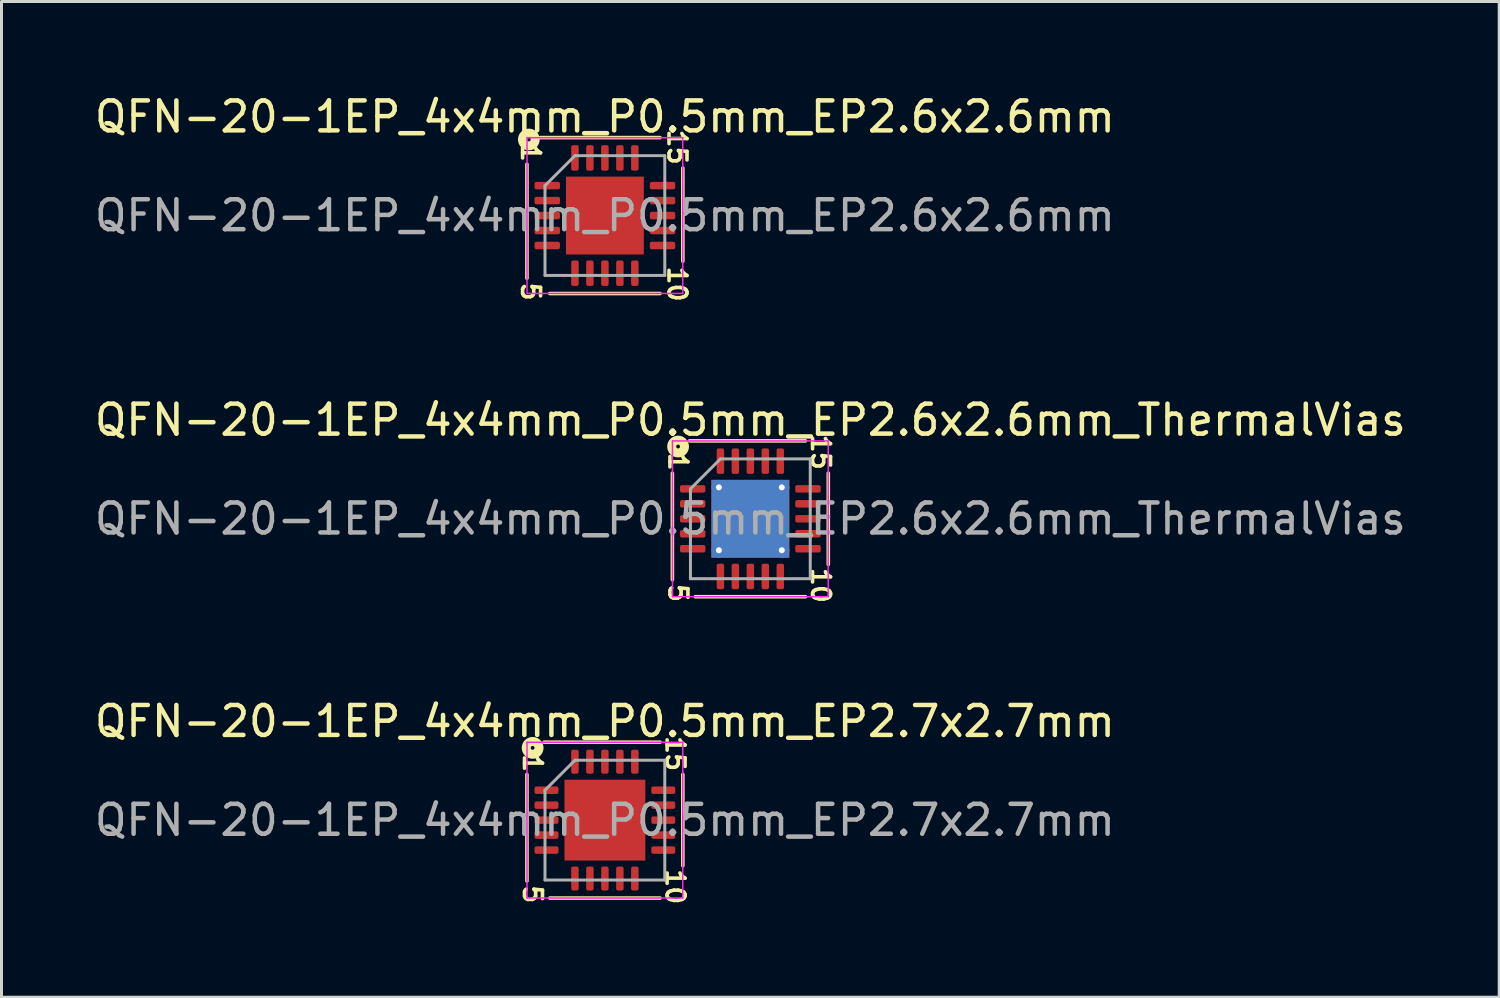
<source format=kicad_pcb>
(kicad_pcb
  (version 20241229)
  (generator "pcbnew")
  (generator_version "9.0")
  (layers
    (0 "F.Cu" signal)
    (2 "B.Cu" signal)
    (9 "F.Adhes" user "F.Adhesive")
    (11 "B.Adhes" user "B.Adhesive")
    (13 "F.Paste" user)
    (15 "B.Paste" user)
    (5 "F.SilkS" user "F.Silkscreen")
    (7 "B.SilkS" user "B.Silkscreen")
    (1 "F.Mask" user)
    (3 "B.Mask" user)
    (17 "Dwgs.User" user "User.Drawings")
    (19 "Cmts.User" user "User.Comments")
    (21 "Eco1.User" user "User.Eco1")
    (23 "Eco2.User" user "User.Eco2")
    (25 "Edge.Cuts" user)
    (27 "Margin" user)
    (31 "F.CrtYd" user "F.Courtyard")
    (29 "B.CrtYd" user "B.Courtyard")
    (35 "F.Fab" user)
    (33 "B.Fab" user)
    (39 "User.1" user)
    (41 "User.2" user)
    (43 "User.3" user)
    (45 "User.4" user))
  (footprint "QFN-20-1EP_4x4mm_P0.5mm_EP2.6x2.6mm"
    (layer "F.Cu")
    (at 17.149 4.148)
    (property "Reference" "QFN-20-1EP_4x4mm_P0.5mm_EP2.6x2.6mm" (at 0 -3.3 0) (layer "F.SilkS") (effects (font (size 1 1) (thickness 0.15))))
    (attr smd)
    (fp_line (start -2.603 -1.714) (end -2.603 2.095) (stroke (width 0.12) (type solid)) (layer "F.SilkS"))
    (fp_line (start -1.841 2.603) (end 1.841 2.603) (stroke (width 0.12) (type solid)) (layer "F.SilkS"))
    (fp_line (start 1.841 -2.603) (end -2.159 -2.603) (stroke (width 0.12) (type solid)) (layer "F.SilkS"))
    (fp_line (start 2.603 1.524) (end 2.603 -1.587) (stroke (width 0.12) (type solid)) (layer "F.SilkS"))
    (fp_circle (center -2.54 -2.54) (end -2.477 -2.54) (stroke (width 0.3) (type solid)) (fill no) (layer "F.SilkS"))
    (fp_line (start -2.6 -2.6) (end -2.6 2.6) (stroke (width 0.05) (type solid)) (layer "F.CrtYd"))
    (fp_line (start -2.6 2.6) (end 2.6 2.6) (stroke (width 0.05) (type solid)) (layer "F.CrtYd"))
    (fp_line (start 2.6 -2.6) (end -2.6 -2.6) (stroke (width 0.05) (type solid)) (layer "F.CrtYd"))
    (fp_line (start 2.6 2.6) (end 2.6 -2.6) (stroke (width 0.05) (type solid)) (layer "F.CrtYd"))
    (fp_line (start -2 -1) (end -1 -2) (stroke (width 0.1) (type solid)) (layer "F.Fab"))
    (fp_line (start -2 2) (end -2 -1) (stroke (width 0.1) (type solid)) (layer "F.Fab"))
    (fp_line (start -1 -2) (end 2 -2) (stroke (width 0.1) (type solid)) (layer "F.Fab"))
    (fp_line (start 2 -2) (end 2 2) (stroke (width 0.1) (type solid)) (layer "F.Fab"))
    (fp_line (start 2 2) (end -2 2) (stroke (width 0.1) (type solid)) (layer "F.Fab"))
    (fp_text user "1" (at -2.477 -2.095 270) (unlocked yes) (layer "F.SilkS") (effects (font (size 0.6 0.6) (thickness 0.12))))
    (fp_text user "15" (at 2.413 -2.286 270) (unlocked yes) (layer "F.SilkS") (effects (font (size 0.6 0.6) (thickness 0.12))))
    (fp_text user "5" (at -2.477 2.54 270) (unlocked yes) (layer "F.SilkS") (effects (font (size 0.6 0.6) (thickness 0.12))))
    (fp_text user "10" (at 2.413 2.286 270) (unlocked yes) (layer "F.SilkS") (effects (font (size 0.6 0.6) (thickness 0.12))))
    (fp_text user "${REFERENCE}" (at 0 0 0) (layer "F.Fab") (effects (font (size 1 1) (thickness 0.15))))
    (pad "" smd roundrect (at -0.65 -0.65) (size 1.05 1.05) (layers "F.Paste") (roundrect_rratio 0.238))
    (pad "" smd roundrect (at -0.65 0.65) (size 1.05 1.05) (layers "F.Paste") (roundrect_rratio 0.238))
    (pad "" smd roundrect (at 0.65 -0.65) (size 1.05 1.05) (layers "F.Paste") (roundrect_rratio 0.238))
    (pad "" smd roundrect (at 0.65 0.65) (size 1.05 1.05) (layers "F.Paste") (roundrect_rratio 0.238))
    (pad "1" smd roundrect (at -1.925 -1) (size 0.85 0.25) (layers "F.Cu" "F.Mask" "F.Paste") (roundrect_rratio 0.25))
    (pad "2" smd roundrect (at -1.925 -0.5) (size 0.85 0.25) (layers "F.Cu" "F.Mask" "F.Paste") (roundrect_rratio 0.25))
    (pad "3" smd roundrect (at -1.925 0) (size 0.85 0.25) (layers "F.Cu" "F.Mask" "F.Paste") (roundrect_rratio 0.25))
    (pad "4" smd roundrect (at -1.925 0.5) (size 0.85 0.25) (layers "F.Cu" "F.Mask" "F.Paste") (roundrect_rratio 0.25))
    (pad "5" smd roundrect (at -1.925 1) (size 0.85 0.25) (layers "F.Cu" "F.Mask" "F.Paste") (roundrect_rratio 0.25))
    (pad "6" smd roundrect (at -1 1.925) (size 0.25 0.85) (layers "F.Cu" "F.Mask" "F.Paste") (roundrect_rratio 0.25))
    (pad "7" smd roundrect (at -0.5 1.925) (size 0.25 0.85) (layers "F.Cu" "F.Mask" "F.Paste") (roundrect_rratio 0.25))
    (pad "8" smd roundrect (at 0 1.925) (size 0.25 0.85) (layers "F.Cu" "F.Mask" "F.Paste") (roundrect_rratio 0.25))
    (pad "9" smd roundrect (at 0.5 1.925) (size 0.25 0.85) (layers "F.Cu" "F.Mask" "F.Paste") (roundrect_rratio 0.25))
    (pad "10" smd roundrect (at 1 1.925) (size 0.25 0.85) (layers "F.Cu" "F.Mask" "F.Paste") (roundrect_rratio 0.25))
    (pad "11" smd roundrect (at 1.925 1) (size 0.85 0.25) (layers "F.Cu" "F.Mask" "F.Paste") (roundrect_rratio 0.25))
    (pad "12" smd roundrect (at 1.925 0.5) (size 0.85 0.25) (layers "F.Cu" "F.Mask" "F.Paste") (roundrect_rratio 0.25))
    (pad "13" smd roundrect (at 1.925 0) (size 0.85 0.25) (layers "F.Cu" "F.Mask" "F.Paste") (roundrect_rratio 0.25))
    (pad "14" smd roundrect (at 1.925 -0.5) (size 0.85 0.25) (layers "F.Cu" "F.Mask" "F.Paste") (roundrect_rratio 0.25))
    (pad "15" smd roundrect (at 1.925 -1) (size 0.85 0.25) (layers "F.Cu" "F.Mask" "F.Paste") (roundrect_rratio 0.25))
    (pad "16" smd roundrect (at 1 -1.925) (size 0.25 0.85) (layers "F.Cu" "F.Mask" "F.Paste") (roundrect_rratio 0.25))
    (pad "17" smd roundrect (at 0.5 -1.925) (size 0.25 0.85) (layers "F.Cu" "F.Mask" "F.Paste") (roundrect_rratio 0.25))
    (pad "18" smd roundrect (at 0 -1.925) (size 0.25 0.85) (layers "F.Cu" "F.Mask" "F.Paste") (roundrect_rratio 0.25))
    (pad "19" smd roundrect (at -0.5 -1.925) (size 0.25 0.85) (layers "F.Cu" "F.Mask" "F.Paste") (roundrect_rratio 0.25))
    (pad "20" smd roundrect (at -1 -1.925) (size 0.25 0.85) (layers "F.Cu" "F.Mask" "F.Paste") (roundrect_rratio 0.25))
    (pad "21" smd rect (at 0 0) (size 2.6 2.6) (layers "F.Cu" "F.Mask")))
  (footprint "QFN-20-1EP_4x4mm_P0.5mm_EP2.6x2.6mm_ThermalVias"
    (layer "F.Cu")
    (at 22.006 14.274)
    (property "Reference" "QFN-20-1EP_4x4mm_P0.5mm_EP2.6x2.6mm_ThermalVias" (at 0 -3.3 0) (layer "F.SilkS") (effects (font (size 1 1) (thickness 0.15))))
    (attr smd)
    (fp_line (start -2.603 -1.524) (end -2.603 2.032) (stroke (width 0.12) (type solid)) (layer "F.SilkS"))
    (fp_line (start -1.841 2.603) (end 1.841 2.603) (stroke (width 0.12) (type solid)) (layer "F.SilkS"))
    (fp_line (start 1.841 -2.603) (end -2.032 -2.603) (stroke (width 0.12) (type solid)) (layer "F.SilkS"))
    (fp_line (start 2.603 1.524) (end 2.603 -1.524) (stroke (width 0.12) (type solid)) (layer "F.SilkS"))
    (fp_circle (center -2.413 -2.413) (end -2.349 -2.413) (stroke (width 0.3) (type solid)) (fill no) (layer "F.SilkS"))
    (fp_line (start -2.6 -2.6) (end -2.6 2.6) (stroke (width 0.05) (type solid)) (layer "F.CrtYd"))
    (fp_line (start -2.6 2.6) (end 2.6 2.6) (stroke (width 0.05) (type solid)) (layer "F.CrtYd"))
    (fp_line (start 2.6 -2.6) (end -2.6 -2.6) (stroke (width 0.05) (type solid)) (layer "F.CrtYd"))
    (fp_line (start 2.6 2.6) (end 2.6 -2.6) (stroke (width 0.05) (type solid)) (layer "F.CrtYd"))
    (fp_line (start -2 -1) (end -1 -2) (stroke (width 0.1) (type solid)) (layer "F.Fab"))
    (fp_line (start -2 2) (end -2 -1) (stroke (width 0.1) (type solid)) (layer "F.Fab"))
    (fp_line (start -1 -2) (end 2 -2) (stroke (width 0.1) (type solid)) (layer "F.Fab"))
    (fp_line (start 2 -2) (end 2 2) (stroke (width 0.1) (type solid)) (layer "F.Fab"))
    (fp_line (start 2 2) (end -2 2) (stroke (width 0.1) (type solid)) (layer "F.Fab"))
    (fp_text user "15" (at 2.349 -2.223 270) (unlocked yes) (layer "F.SilkS") (effects (font (size 0.6 0.6) (thickness 0.12))))
    (fp_text user "1" (at -2.413 -1.905 270) (unlocked yes) (layer "F.SilkS") (effects (font (size 0.6 0.6) (thickness 0.12))))
    (fp_text user "10" (at 2.349 2.223 270) (unlocked yes) (layer "F.SilkS") (effects (font (size 0.6 0.6) (thickness 0.12))))
    (fp_text user "5" (at -2.413 2.477 270) (unlocked yes) (layer "F.SilkS") (effects (font (size 0.6 0.6) (thickness 0.12))))
    (fp_text user "${REFERENCE}" (at 0 0 0) (layer "F.Fab") (effects (font (size 1 1) (thickness 0.15))))
    (pad "" smd roundrect (at -0.65 -0.65) (size 1.13 1.13) (layers "F.Paste") (roundrect_rratio 0.221))
    (pad "" smd roundrect (at -0.65 0.65) (size 1.13 1.13) (layers "F.Paste") (roundrect_rratio 0.221))
    (pad "" smd roundrect (at 0.65 -0.65) (size 1.13 1.13) (layers "F.Paste") (roundrect_rratio 0.221))
    (pad "" smd roundrect (at 0.65 0.65) (size 1.13 1.13) (layers "F.Paste") (roundrect_rratio 0.221))
    (pad "1" smd roundrect (at -1.925 -1) (size 0.85 0.25) (layers "F.Cu" "F.Mask" "F.Paste") (roundrect_rratio 0.25))
    (pad "2" smd roundrect (at -1.925 -0.5) (size 0.85 0.25) (layers "F.Cu" "F.Mask" "F.Paste") (roundrect_rratio 0.25))
    (pad "3" smd roundrect (at -1.925 0) (size 0.85 0.25) (layers "F.Cu" "F.Mask" "F.Paste") (roundrect_rratio 0.25))
    (pad "4" smd roundrect (at -1.925 0.5) (size 0.85 0.25) (layers "F.Cu" "F.Mask" "F.Paste") (roundrect_rratio 0.25))
    (pad "5" smd roundrect (at -1.925 1) (size 0.85 0.25) (layers "F.Cu" "F.Mask" "F.Paste") (roundrect_rratio 0.25))
    (pad "6" smd roundrect (at -1 1.925) (size 0.25 0.85) (layers "F.Cu" "F.Mask" "F.Paste") (roundrect_rratio 0.25))
    (pad "7" smd roundrect (at -0.5 1.925) (size 0.25 0.85) (layers "F.Cu" "F.Mask" "F.Paste") (roundrect_rratio 0.25))
    (pad "8" smd roundrect (at 0 1.925) (size 0.25 0.85) (layers "F.Cu" "F.Mask" "F.Paste") (roundrect_rratio 0.25))
    (pad "9" smd roundrect (at 0.5 1.925) (size 0.25 0.85) (layers "F.Cu" "F.Mask" "F.Paste") (roundrect_rratio 0.25))
    (pad "10" smd roundrect (at 1 1.925) (size 0.25 0.85) (layers "F.Cu" "F.Mask" "F.Paste") (roundrect_rratio 0.25))
    (pad "11" smd roundrect (at 1.925 1) (size 0.85 0.25) (layers "F.Cu" "F.Mask" "F.Paste") (roundrect_rratio 0.25))
    (pad "12" smd roundrect (at 1.925 0.5) (size 0.85 0.25) (layers "F.Cu" "F.Mask" "F.Paste") (roundrect_rratio 0.25))
    (pad "13" smd roundrect (at 1.925 0) (size 0.85 0.25) (layers "F.Cu" "F.Mask" "F.Paste") (roundrect_rratio 0.25))
    (pad "14" smd roundrect (at 1.925 -0.5) (size 0.85 0.25) (layers "F.Cu" "F.Mask" "F.Paste") (roundrect_rratio 0.25))
    (pad "15" smd roundrect (at 1.925 -1) (size 0.85 0.25) (layers "F.Cu" "F.Mask" "F.Paste") (roundrect_rratio 0.25))
    (pad "16" smd roundrect (at 1 -1.925) (size 0.25 0.85) (layers "F.Cu" "F.Mask" "F.Paste") (roundrect_rratio 0.25))
    (pad "17" smd roundrect (at 0.5 -1.925) (size 0.25 0.85) (layers "F.Cu" "F.Mask" "F.Paste") (roundrect_rratio 0.25))
    (pad "18" smd roundrect (at 0 -1.925) (size 0.25 0.85) (layers "F.Cu" "F.Mask" "F.Paste") (roundrect_rratio 0.25))
    (pad "19" smd roundrect (at -0.5 -1.925) (size 0.25 0.85) (layers "F.Cu" "F.Mask" "F.Paste") (roundrect_rratio 0.25))
    (pad "20" smd roundrect (at -1 -1.925) (size 0.25 0.85) (layers "F.Cu" "F.Mask" "F.Paste") (roundrect_rratio 0.25))
    (pad "21" thru_hole circle (at -1.05 -1.05) (size 0.5 0.5) (drill 0.2) (layers "*.Cu"))
    (pad "21" thru_hole circle (at -1.05 1.05) (size 0.5 0.5) (drill 0.2) (layers "*.Cu"))
    (pad "21" smd rect (at 0 0) (size 2.6 2.6) (layers "F.Cu" "F.Mask"))
    (pad "21" smd rect (at 0 0) (size 2.6 2.6) (layers "B.Cu" "B.Mask"))
    (pad "21" thru_hole circle (at 1.05 -1.05) (size 0.5 0.5) (drill 0.2) (layers "*.Cu"))
    (pad "21" thru_hole circle (at 1.05 1.05) (size 0.5 0.5) (drill 0.2) (layers "*.Cu")))
  (footprint "QFN-20-1EP_4x4mm_P0.5mm_EP2.7x2.7mm"
    (layer "F.Cu")
    (at 17.149 24.336)
    (property "Reference" "QFN-20-1EP_4x4mm_P0.5mm_EP2.7x2.7mm" (at 0 -3.3 0) (layer "F.SilkS") (effects (font (size 1 1) (thickness 0.15))))
    (attr smd)
    (fp_line (start -2.603 -1.524) (end -2.603 2.032) (stroke (width 0.12) (type solid)) (layer "F.SilkS"))
    (fp_line (start -1.841 2.603) (end 1.841 2.603) (stroke (width 0.12) (type solid)) (layer "F.SilkS"))
    (fp_line (start 1.841 -2.603) (end -2.032 -2.603) (stroke (width 0.12) (type solid)) (layer "F.SilkS"))
    (fp_line (start 2.603 1.524) (end 2.603 -1.524) (stroke (width 0.12) (type solid)) (layer "F.SilkS"))
    (fp_circle (center -2.413 -2.413) (end -2.349 -2.413) (stroke (width 0.3) (type solid)) (fill no) (layer "F.SilkS"))
    (fp_line (start -2.6 -2.6) (end -2.6 2.6) (stroke (width 0.05) (type solid)) (layer "F.CrtYd"))
    (fp_line (start -2.6 2.6) (end 2.6 2.6) (stroke (width 0.05) (type solid)) (layer "F.CrtYd"))
    (fp_line (start 2.6 -2.6) (end -2.6 -2.6) (stroke (width 0.05) (type solid)) (layer "F.CrtYd"))
    (fp_line (start 2.6 2.6) (end 2.6 -2.6) (stroke (width 0.05) (type solid)) (layer "F.CrtYd"))
    (fp_line (start -2 -1) (end -1 -2) (stroke (width 0.1) (type solid)) (layer "F.Fab"))
    (fp_line (start -2 2) (end -2 -1) (stroke (width 0.1) (type solid)) (layer "F.Fab"))
    (fp_line (start -1 -2) (end 2 -2) (stroke (width 0.1) (type solid)) (layer "F.Fab"))
    (fp_line (start 2 -2) (end 2 2) (stroke (width 0.1) (type solid)) (layer "F.Fab"))
    (fp_line (start 2 2) (end -2 2) (stroke (width 0.1) (type solid)) (layer "F.Fab"))
    (fp_text user "5" (at -2.413 2.477 270) (unlocked yes) (layer "F.SilkS") (effects (font (size 0.6 0.6) (thickness 0.12))))
    (fp_text user "15" (at 2.349 -2.223 270) (unlocked yes) (layer "F.SilkS") (effects (font (size 0.6 0.6) (thickness 0.12))))
    (fp_text user "1" (at -2.413 -1.905 270) (unlocked yes) (layer "F.SilkS") (effects (font (size 0.6 0.6) (thickness 0.12))))
    (fp_text user "10" (at 2.349 2.223 270) (unlocked yes) (layer "F.SilkS") (effects (font (size 0.6 0.6) (thickness 0.12))))
    (fp_text user "${REFERENCE}" (at 0 0 0) (layer "F.Fab") (effects (font (size 1 1) (thickness 0.15))))
    (pad "" smd roundrect (at -0.675 -0.675) (size 1.09 1.09) (layers "F.Paste") (roundrect_rratio 0.229))
    (pad "" smd roundrect (at -0.675 0.675) (size 1.09 1.09) (layers "F.Paste") (roundrect_rratio 0.229))
    (pad "" smd roundrect (at 0.675 -0.675) (size 1.09 1.09) (layers "F.Paste") (roundrect_rratio 0.229))
    (pad "" smd roundrect (at 0.675 0.675) (size 1.09 1.09) (layers "F.Paste") (roundrect_rratio 0.229))
    (pad "1" smd roundrect (at -1.95 -1) (size 0.8 0.25) (layers "F.Cu" "F.Mask" "F.Paste") (roundrect_rratio 0.25))
    (pad "2" smd roundrect (at -1.95 -0.5) (size 0.8 0.25) (layers "F.Cu" "F.Mask" "F.Paste") (roundrect_rratio 0.25))
    (pad "3" smd roundrect (at -1.95 0) (size 0.8 0.25) (layers "F.Cu" "F.Mask" "F.Paste") (roundrect_rratio 0.25))
    (pad "4" smd roundrect (at -1.95 0.5) (size 0.8 0.25) (layers "F.Cu" "F.Mask" "F.Paste") (roundrect_rratio 0.25))
    (pad "5" smd roundrect (at -1.95 1) (size 0.8 0.25) (layers "F.Cu" "F.Mask" "F.Paste") (roundrect_rratio 0.25))
    (pad "6" smd roundrect (at -1 1.95) (size 0.25 0.8) (layers "F.Cu" "F.Mask" "F.Paste") (roundrect_rratio 0.25))
    (pad "7" smd roundrect (at -0.5 1.95) (size 0.25 0.8) (layers "F.Cu" "F.Mask" "F.Paste") (roundrect_rratio 0.25))
    (pad "8" smd roundrect (at 0 1.95) (size 0.25 0.8) (layers "F.Cu" "F.Mask" "F.Paste") (roundrect_rratio 0.25))
    (pad "9" smd roundrect (at 0.5 1.95) (size 0.25 0.8) (layers "F.Cu" "F.Mask" "F.Paste") (roundrect_rratio 0.25))
    (pad "10" smd roundrect (at 1 1.95) (size 0.25 0.8) (layers "F.Cu" "F.Mask" "F.Paste") (roundrect_rratio 0.25))
    (pad "11" smd roundrect (at 1.95 1) (size 0.8 0.25) (layers "F.Cu" "F.Mask" "F.Paste") (roundrect_rratio 0.25))
    (pad "12" smd roundrect (at 1.95 0.5) (size 0.8 0.25) (layers "F.Cu" "F.Mask" "F.Paste") (roundrect_rratio 0.25))
    (pad "13" smd roundrect (at 1.95 0) (size 0.8 0.25) (layers "F.Cu" "F.Mask" "F.Paste") (roundrect_rratio 0.25))
    (pad "14" smd roundrect (at 1.95 -0.5) (size 0.8 0.25) (layers "F.Cu" "F.Mask" "F.Paste") (roundrect_rratio 0.25))
    (pad "15" smd roundrect (at 1.95 -1) (size 0.8 0.25) (layers "F.Cu" "F.Mask" "F.Paste") (roundrect_rratio 0.25))
    (pad "16" smd roundrect (at 1 -1.95) (size 0.25 0.8) (layers "F.Cu" "F.Mask" "F.Paste") (roundrect_rratio 0.25))
    (pad "17" smd roundrect (at 0.5 -1.95) (size 0.25 0.8) (layers "F.Cu" "F.Mask" "F.Paste") (roundrect_rratio 0.25))
    (pad "18" smd roundrect (at 0 -1.95) (size 0.25 0.8) (layers "F.Cu" "F.Mask" "F.Paste") (roundrect_rratio 0.25))
    (pad "19" smd roundrect (at -0.5 -1.95) (size 0.25 0.8) (layers "F.Cu" "F.Mask" "F.Paste") (roundrect_rratio 0.25))
    (pad "20" smd roundrect (at -1 -1.95) (size 0.25 0.8) (layers "F.Cu" "F.Mask" "F.Paste") (roundrect_rratio 0.25))
    (pad "21" smd rect (at 0 0) (size 2.7 2.7) (layers "F.Cu" "F.Mask")))
  (gr_rect
    (start -3 -3)
    (end 47.012 30.25)
    (stroke (width 0.1) (type default))
    (fill no)
    (layer "Edge.Cuts")))
</source>
